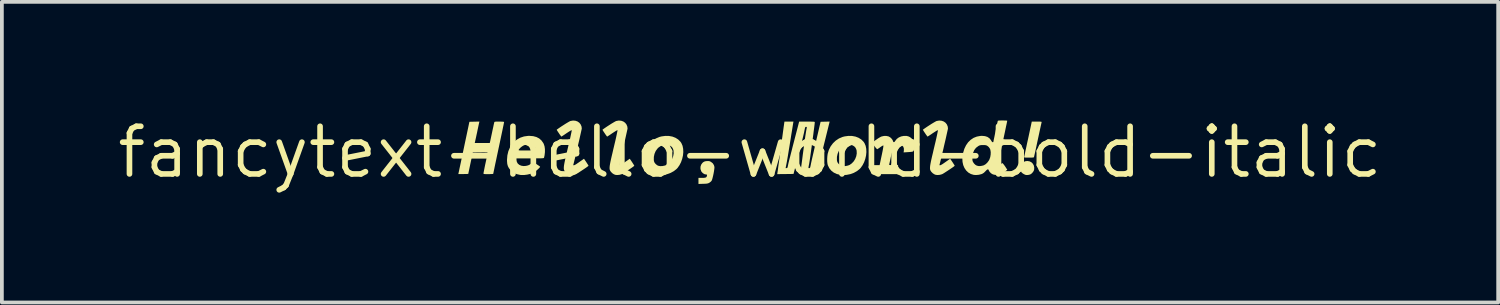
<source format=kicad_pcb>
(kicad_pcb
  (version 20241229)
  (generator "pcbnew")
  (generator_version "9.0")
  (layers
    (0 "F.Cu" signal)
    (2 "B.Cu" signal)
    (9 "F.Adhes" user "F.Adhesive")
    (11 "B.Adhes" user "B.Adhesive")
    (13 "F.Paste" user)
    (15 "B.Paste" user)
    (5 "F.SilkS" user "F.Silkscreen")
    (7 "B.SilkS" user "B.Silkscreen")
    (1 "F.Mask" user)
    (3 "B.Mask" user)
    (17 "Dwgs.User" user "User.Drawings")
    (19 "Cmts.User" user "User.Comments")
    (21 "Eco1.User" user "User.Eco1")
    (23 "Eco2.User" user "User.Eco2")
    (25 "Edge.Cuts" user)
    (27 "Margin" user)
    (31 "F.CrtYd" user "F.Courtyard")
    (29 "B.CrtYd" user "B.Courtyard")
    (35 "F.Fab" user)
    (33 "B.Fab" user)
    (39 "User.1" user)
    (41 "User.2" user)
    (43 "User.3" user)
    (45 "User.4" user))
  (footprint "fancytext-hello-world-bold-italic"
    (layer "F.Cu")
    (at 16.941 1.006)
    (property "Reference" "fancytext-hello-world-bold-italic" (at 0 0 0) (layer "F.SilkS") (effects (font (size 1.27 1.27) (thickness 0.15))))
    (attr board_only exclude_from_pos_files exclude_from_bom)
    (fp_poly (pts (xy 7.343 0.605) (xy 7.303 0.588) (xy 7.265 0.564) (xy 7.236 0.538) (xy 7.231 0.531) (xy 7.207 0.476) (xy 7.2 0.417) (xy 7.211 0.36) (xy 7.24 0.307) (xy 7.248 0.298) (xy 7.292 0.26) (xy 7.343 0.24) (xy 7.39 0.235) (xy 7.449 0.244) (xy 7.499 0.269) (xy 7.538 0.308) (xy 7.564 0.357) (xy 7.575 0.415) (xy 7.571 0.47) (xy 7.557 0.505) (xy 7.53 0.543) (xy 7.498 0.575) (xy 7.476 0.589) (xy 7.437 0.603) (xy 7.393 0.609) (xy 7.353 0.608) (xy 7.343 0.605)) (stroke (width 0) (type solid)) (fill yes) (layer "F.SilkS"))
    (fp_poly (pts (xy 7.307 0.122) (xy 7.31 0.108) (xy 7.317 0.077) (xy 7.327 0.03) (xy 7.34 -0.031) (xy 7.356 -0.103) (xy 7.373 -0.184) (xy 7.392 -0.273) (xy 7.411 -0.357) (xy 7.509 -0.815) (xy 7.643 -0.815) (xy 7.697 -0.815) (xy 7.734 -0.814) (xy 7.756 -0.812) (xy 7.768 -0.809) (xy 7.772 -0.803) (xy 7.771 -0.797) (xy 7.768 -0.784) (xy 7.761 -0.754) (xy 7.751 -0.708) (xy 7.738 -0.648) (xy 7.722 -0.577) (xy 7.705 -0.497) (xy 7.686 -0.409) (xy 7.67 -0.335) (xy 7.65 -0.243) (xy 7.632 -0.157) (xy 7.615 -0.078) (xy 7.6 -0.009) (xy 7.587 0.048) (xy 7.577 0.091) (xy 7.571 0.118) (xy 7.569 0.128) (xy 7.565 0.135) (xy 7.555 0.14) (xy 7.537 0.143) (xy 7.507 0.144) (xy 7.461 0.145) (xy 7.433 0.145) (xy 7.38 0.145) (xy 7.344 0.144) (xy 7.322 0.142) (xy 7.31 0.139) (xy 7.306 0.133) (xy 7.307 0.125) (xy 7.307 0.122)) (stroke (width 0) (type solid)) (fill yes) (layer "F.SilkS"))
    (fp_poly (pts (xy -1.375 0.766) (xy -1.375 0.685) (xy -1.282 0.685) (xy -1.23 0.684) (xy -1.194 0.679) (xy -1.171 0.67) (xy -1.157 0.654) (xy -1.149 0.63) (xy -1.149 0.627) (xy -1.146 0.605) (xy -1.152 0.597) (xy -1.171 0.595) (xy -1.214 0.586) (xy -1.256 0.561) (xy -1.29 0.526) (xy -1.302 0.505) (xy -1.321 0.448) (xy -1.321 0.39) (xy -1.304 0.335) (xy -1.271 0.288) (xy -1.25 0.269) (xy -1.222 0.252) (xy -1.191 0.242) (xy -1.15 0.237) (xy -1.149 0.237) (xy -1.11 0.236) (xy -1.082 0.24) (xy -1.056 0.251) (xy -1.041 0.259) (xy -0.993 0.297) (xy -0.962 0.347) (xy -0.95 0.391) (xy -0.949 0.417) (xy -0.954 0.457) (xy -0.961 0.508) (xy -0.971 0.564) (xy -0.983 0.621) (xy -0.996 0.675) (xy -1.008 0.72) (xy -1.02 0.752) (xy -1.024 0.76) (xy -1.043 0.783) (xy -1.072 0.806) (xy -1.086 0.815) (xy -1.107 0.826) (xy -1.129 0.833) (xy -1.155 0.838) (xy -1.192 0.841) (xy -1.243 0.843) (xy -1.252 0.843) (xy -1.375 0.847) (xy -1.375 0.766)) (stroke (width 0) (type solid)) (fill yes) (layer "F.SilkS"))
    (fp_poly (pts (xy -2.159 -0.432) (xy -2.068 -0.415) (xy -1.986 -0.383) (xy -1.915 -0.338) (xy -1.856 -0.279) (xy -1.829 -0.239) (xy -1.799 -0.17) (xy -1.783 -0.09) (xy -1.779 -0.002) (xy -1.788 0.089) (xy -1.809 0.18) (xy -1.84 0.268) (xy -1.882 0.349) (xy -1.933 0.421) (xy -1.958 0.447) (xy -2.029 0.504) (xy -2.114 0.551) (xy -2.207 0.585) (xy -2.306 0.605) (xy -2.405 0.611) (xy -2.475 0.605) (xy -2.567 0.582) (xy -2.648 0.544) (xy -2.715 0.492) (xy -2.768 0.427) (xy -2.806 0.35) (xy -2.809 0.342) (xy -2.818 0.298) (xy -2.824 0.241) (xy -2.824 0.206) (xy -2.565 0.206) (xy -2.561 0.239) (xy -2.546 0.277) (xy -2.517 0.314) (xy -2.48 0.345) (xy -2.45 0.361) (xy -2.397 0.372) (xy -2.335 0.37) (xy -2.273 0.357) (xy -2.23 0.341) (xy -2.17 0.3) (xy -2.118 0.246) (xy -2.077 0.18) (xy -2.049 0.108) (xy -2.036 0.034) (xy -2.039 -0.039) (xy -2.045 -0.065) (xy -2.068 -0.117) (xy -2.104 -0.156) (xy -2.151 -0.183) (xy -2.205 -0.197) (xy -2.263 -0.199) (xy -2.324 -0.187) (xy -2.383 -0.162) (xy -2.439 -0.124) (xy -2.469 -0.094) (xy -2.515 -0.03) (xy -2.547 0.045) (xy -2.564 0.125) (xy -2.565 0.206) (xy -2.824 0.206) (xy -2.824 0.176) (xy -2.82 0.111) (xy -2.812 0.05) (xy -2.81 0.041) (xy -2.779 -0.062) (xy -2.731 -0.156) (xy -2.669 -0.239) (xy -2.594 -0.31) (xy -2.509 -0.366) (xy -2.414 -0.406) (xy -2.36 -0.42) (xy -2.257 -0.434)) (stroke (width 0) (type solid)) (fill yes) (layer "F.SilkS"))
    (fp_poly (pts (xy 2.721 -0.432) (xy 2.812 -0.415) (xy 2.894 -0.383) (xy 2.965 -0.338) (xy 3.024 -0.279) (xy 3.051 -0.239) (xy 3.081 -0.17) (xy 3.097 -0.09) (xy 3.101 -0.002) (xy 3.092 0.089) (xy 3.071 0.18) (xy 3.04 0.268) (xy 2.998 0.349) (xy 2.947 0.421) (xy 2.922 0.447) (xy 2.851 0.504) (xy 2.766 0.551) (xy 2.673 0.585) (xy 2.574 0.605) (xy 2.475 0.611) (xy 2.405 0.605) (xy 2.313 0.582) (xy 2.232 0.544) (xy 2.165 0.492) (xy 2.112 0.427) (xy 2.074 0.35) (xy 2.071 0.342) (xy 2.062 0.298) (xy 2.056 0.241) (xy 2.056 0.206) (xy 2.315 0.206) (xy 2.319 0.239) (xy 2.334 0.277) (xy 2.363 0.314) (xy 2.4 0.345) (xy 2.43 0.361) (xy 2.483 0.372) (xy 2.545 0.37) (xy 2.607 0.357) (xy 2.65 0.341) (xy 2.71 0.3) (xy 2.762 0.246) (xy 2.803 0.18) (xy 2.831 0.108) (xy 2.844 0.034) (xy 2.841 -0.039) (xy 2.835 -0.065) (xy 2.812 -0.117) (xy 2.776 -0.156) (xy 2.729 -0.183) (xy 2.675 -0.197) (xy 2.617 -0.199) (xy 2.556 -0.187) (xy 2.497 -0.162) (xy 2.441 -0.124) (xy 2.411 -0.094) (xy 2.365 -0.03) (xy 2.333 0.045) (xy 2.316 0.125) (xy 2.315 0.206) (xy 2.056 0.206) (xy 2.056 0.176) (xy 2.06 0.111) (xy 2.068 0.05) (xy 2.07 0.041) (xy 2.101 -0.062) (xy 2.149 -0.156) (xy 2.211 -0.239) (xy 2.286 -0.31) (xy 2.371 -0.366) (xy 2.466 -0.406) (xy 2.52 -0.42) (xy 2.623 -0.434)) (stroke (width 0) (type solid)) (fill yes) (layer "F.SilkS"))
    (fp_poly (pts (xy 3.265 0.465) (xy 3.265 0.345) (xy 3.359 0.345) (xy 3.454 0.345) (xy 3.465 0.292) (xy 3.47 0.267) (xy 3.479 0.225) (xy 3.49 0.172) (xy 3.503 0.111) (xy 3.517 0.046) (xy 3.519 0.035) (xy 3.532 -0.027) (xy 3.542 -0.082) (xy 3.55 -0.127) (xy 3.554 -0.16) (xy 3.555 -0.177) (xy 3.554 -0.179) (xy 3.543 -0.177) (xy 3.52 -0.166) (xy 3.49 -0.146) (xy 3.475 -0.136) (xy 3.442 -0.112) (xy 3.413 -0.093) (xy 3.395 -0.081) (xy 3.392 -0.079) (xy 3.381 -0.085) (xy 3.362 -0.104) (xy 3.337 -0.133) (xy 3.315 -0.161) (xy 3.251 -0.248) (xy 3.281 -0.271) (xy 3.336 -0.314) (xy 3.391 -0.353) (xy 3.441 -0.385) (xy 3.484 -0.409) (xy 3.508 -0.419) (xy 3.568 -0.432) (xy 3.63 -0.433) (xy 3.685 -0.422) (xy 3.7 -0.416) (xy 3.74 -0.392) (xy 3.775 -0.358) (xy 3.801 -0.32) (xy 3.81 -0.296) (xy 3.82 -0.272) (xy 3.836 -0.266) (xy 3.855 -0.279) (xy 3.873 -0.305) (xy 3.911 -0.353) (xy 3.964 -0.392) (xy 4.026 -0.419) (xy 4.094 -0.433) (xy 4.164 -0.434) (xy 4.216 -0.423) (xy 4.263 -0.401) (xy 4.308 -0.365) (xy 4.343 -0.321) (xy 4.354 -0.302) (xy 4.372 -0.246) (xy 4.38 -0.18) (xy 4.378 -0.111) (xy 4.373 -0.081) (xy 4.367 -0.055) (xy 4.36 -0.036) (xy 4.349 -0.023) (xy 4.33 -0.014) (xy 4.301 -0.009) (xy 4.258 -0.005) (xy 4.201 -0.001) (xy 4.093 0.006) (xy 4.1 -0.043) (xy 4.1 -0.099) (xy 4.085 -0.144) (xy 4.055 -0.176) (xy 4.011 -0.194) (xy 3.971 -0.198) (xy 3.928 -0.194) (xy 3.892 -0.182) (xy 3.861 -0.16) (xy 3.834 -0.126) (xy 3.81 -0.078) (xy 3.788 -0.015) (xy 3.766 0.065) (xy 3.75 0.14) (xy 3.738 0.197) (xy 3.727 0.248) (xy 3.718 0.289) (xy 3.711 0.317) (xy 3.709 0.328) (xy 3.708 0.335) (xy 3.714 0.34) (xy 3.728 0.343) (xy 3.755 0.344) (xy 3.798 0.345) (xy 3.824 0.345) (xy 3.945 0.345) (xy 3.945 0.465) (xy 3.945 0.585) (xy 3.605 0.585) (xy 3.265 0.585) (xy 3.265 0.465)) (stroke (width 0) (type solid)) (fill yes) (layer "F.SilkS"))
    (fp_poly (pts (xy -5.78 -0.427) (xy -5.694 -0.404) (xy -5.62 -0.366) (xy -5.559 -0.312) (xy -5.51 -0.243) (xy -5.497 -0.216) (xy -5.477 -0.155) (xy -5.467 -0.082) (xy -5.467 -0.002) (xy -5.476 0.08) (xy -5.491 0.147) (xy -5.494 0.152) (xy -5.5 0.156) (xy -5.511 0.159) (xy -5.529 0.161) (xy -5.556 0.163) (xy -5.594 0.164) (xy -5.645 0.164) (xy -5.711 0.165) (xy -5.794 0.165) (xy -5.861 0.165) (xy -6.225 0.165) (xy -6.225 0.205) (xy -6.216 0.258) (xy -6.191 0.303) (xy -6.151 0.337) (xy -6.1 0.36) (xy -6.039 0.37) (xy -5.975 0.366) (xy -5.916 0.352) (xy -5.87 0.33) (xy -5.828 0.297) (xy -5.822 0.292) (xy -5.789 0.259) (xy -5.692 0.319) (xy -5.654 0.344) (xy -5.623 0.365) (xy -5.602 0.381) (xy -5.595 0.388) (xy -5.602 0.402) (xy -5.622 0.425) (xy -5.65 0.452) (xy -5.684 0.482) (xy -5.718 0.51) (xy -5.75 0.533) (xy -5.775 0.548) (xy -5.852 0.578) (xy -5.938 0.598) (xy -6.025 0.609) (xy -6.107 0.608) (xy -6.131 0.605) (xy -6.218 0.585) (xy -6.292 0.553) (xy -6.356 0.507) (xy -6.389 0.474) (xy -6.428 0.423) (xy -6.455 0.371) (xy -6.471 0.312) (xy -6.477 0.242) (xy -6.478 0.205) (xy -6.468 0.084) (xy -6.442 -0.026) (xy -6.428 -0.059) (xy -6.168 -0.059) (xy -6.167 -0.054) (xy -6.161 -0.05) (xy -6.147 -0.048) (xy -6.122 -0.046) (xy -6.085 -0.045) (xy -6.033 -0.045) (xy -5.965 -0.045) (xy -5.94 -0.045) (xy -5.866 -0.045) (xy -5.809 -0.045) (xy -5.767 -0.046) (xy -5.738 -0.048) (xy -5.72 -0.05) (xy -5.71 -0.054) (xy -5.706 -0.058) (xy -5.705 -0.062) (xy -5.709 -0.082) (xy -5.719 -0.11) (xy -5.725 -0.123) (xy -5.749 -0.16) (xy -5.785 -0.185) (xy -5.834 -0.199) (xy -5.899 -0.205) (xy -5.905 -0.205) (xy -5.955 -0.203) (xy -5.993 -0.195) (xy -6.03 -0.181) (xy -6.031 -0.181) (xy -6.074 -0.156) (xy -6.116 -0.123) (xy -6.149 -0.088) (xy -6.165 -0.065) (xy -6.168 -0.059) (xy -6.428 -0.059) (xy -6.399 -0.126) (xy -6.339 -0.217) (xy -6.29 -0.27) (xy -6.21 -0.338) (xy -6.122 -0.387) (xy -6.025 -0.419) (xy -5.919 -0.434) (xy -5.88 -0.435)) (stroke (width 0) (type solid)) (fill yes) (layer "F.SilkS"))
    (fp_poly (pts (xy -4.811 0.604) (xy -4.851 0.588) (xy -4.892 0.56) (xy -4.927 0.525) (xy -4.95 0.49) (xy -4.951 0.488) (xy -4.958 0.471) (xy -4.962 0.451) (xy -4.964 0.428) (xy -4.963 0.4) (xy -4.96 0.365) (xy -4.953 0.321) (xy -4.943 0.267) (xy -4.929 0.201) (xy -4.911 0.121) (xy -4.888 0.025) (xy -4.862 -0.088) (xy -4.855 -0.117) (xy -4.833 -0.21) (xy -4.812 -0.297) (xy -4.794 -0.376) (xy -4.779 -0.446) (xy -4.767 -0.503) (xy -4.758 -0.547) (xy -4.753 -0.576) (xy -4.752 -0.586) (xy -4.763 -0.584) (xy -4.787 -0.572) (xy -4.821 -0.551) (xy -4.863 -0.524) (xy -4.892 -0.505) (xy -4.937 -0.474) (xy -4.976 -0.448) (xy -5.006 -0.429) (xy -5.025 -0.417) (xy -5.029 -0.415) (xy -5.036 -0.423) (xy -5.051 -0.443) (xy -5.072 -0.471) (xy -5.094 -0.504) (xy -5.117 -0.538) (xy -5.136 -0.567) (xy -5.149 -0.589) (xy -5.153 -0.599) (xy -5.153 -0.599) (xy -5.119 -0.624) (xy -5.076 -0.654) (xy -5.027 -0.687) (xy -4.974 -0.721) (xy -4.923 -0.754) (xy -4.875 -0.783) (xy -4.834 -0.807) (xy -4.803 -0.824) (xy -4.787 -0.831) (xy -4.719 -0.843) (xy -4.655 -0.838) (xy -4.598 -0.818) (xy -4.55 -0.784) (xy -4.514 -0.739) (xy -4.491 -0.683) (xy -4.485 -0.631) (xy -4.487 -0.617) (xy -4.494 -0.586) (xy -4.504 -0.541) (xy -4.517 -0.483) (xy -4.532 -0.415) (xy -4.549 -0.339) (xy -4.568 -0.258) (xy -4.588 -0.174) (xy -4.607 -0.089) (xy -4.627 -0.006) (xy -4.646 0.074) (xy -4.663 0.147) (xy -4.679 0.211) (xy -4.692 0.264) (xy -4.702 0.304) (xy -4.709 0.328) (xy -4.71 0.333) (xy -4.71 0.347) (xy -4.696 0.35) (xy -4.671 0.341) (xy -4.636 0.321) (xy -4.621 0.311) (xy -4.577 0.281) (xy -4.529 0.247) (xy -4.49 0.22) (xy -4.426 0.175) (xy -4.365 0.264) (xy -4.341 0.302) (xy -4.321 0.333) (xy -4.309 0.354) (xy -4.305 0.362) (xy -4.314 0.37) (xy -4.335 0.387) (xy -4.368 0.411) (xy -4.409 0.439) (xy -4.454 0.469) (xy -4.501 0.5) (xy -4.546 0.529) (xy -4.586 0.555) (xy -4.619 0.575) (xy -4.642 0.587) (xy -4.645 0.588) (xy -4.703 0.604) (xy -4.764 0.609) (xy -4.811 0.604)) (stroke (width 0) (type solid)) (fill yes) (layer "F.SilkS"))
    (fp_poly (pts (xy -3.591 0.604) (xy -3.631 0.588) (xy -3.672 0.56) (xy -3.707 0.525) (xy -3.73 0.49) (xy -3.731 0.488) (xy -3.738 0.471) (xy -3.742 0.451) (xy -3.744 0.428) (xy -3.743 0.4) (xy -3.74 0.365) (xy -3.733 0.321) (xy -3.723 0.267) (xy -3.709 0.201) (xy -3.691 0.121) (xy -3.668 0.025) (xy -3.642 -0.088) (xy -3.635 -0.117) (xy -3.613 -0.21) (xy -3.592 -0.297) (xy -3.574 -0.376) (xy -3.559 -0.446) (xy -3.547 -0.503) (xy -3.538 -0.547) (xy -3.533 -0.576) (xy -3.532 -0.586) (xy -3.543 -0.584) (xy -3.567 -0.572) (xy -3.601 -0.551) (xy -3.643 -0.524) (xy -3.672 -0.505) (xy -3.717 -0.474) (xy -3.756 -0.448) (xy -3.786 -0.429) (xy -3.805 -0.417) (xy -3.809 -0.415) (xy -3.816 -0.423) (xy -3.831 -0.443) (xy -3.852 -0.471) (xy -3.874 -0.504) (xy -3.897 -0.538) (xy -3.916 -0.567) (xy -3.929 -0.589) (xy -3.933 -0.599) (xy -3.933 -0.599) (xy -3.899 -0.624) (xy -3.856 -0.654) (xy -3.807 -0.687) (xy -3.754 -0.721) (xy -3.703 -0.754) (xy -3.655 -0.783) (xy -3.614 -0.807) (xy -3.583 -0.824) (xy -3.567 -0.831) (xy -3.499 -0.843) (xy -3.435 -0.838) (xy -3.378 -0.818) (xy -3.33 -0.784) (xy -3.294 -0.739) (xy -3.271 -0.683) (xy -3.265 -0.631) (xy -3.267 -0.617) (xy -3.274 -0.586) (xy -3.284 -0.541) (xy -3.297 -0.483) (xy -3.312 -0.415) (xy -3.329 -0.339) (xy -3.348 -0.258) (xy -3.368 -0.174) (xy -3.387 -0.089) (xy -3.407 -0.006) (xy -3.426 0.074) (xy -3.443 0.147) (xy -3.459 0.211) (xy -3.472 0.264) (xy -3.482 0.304) (xy -3.489 0.328) (xy -3.49 0.333) (xy -3.49 0.347) (xy -3.476 0.35) (xy -3.451 0.341) (xy -3.416 0.321) (xy -3.401 0.311) (xy -3.357 0.281) (xy -3.309 0.247) (xy -3.27 0.22) (xy -3.206 0.175) (xy -3.145 0.264) (xy -3.121 0.302) (xy -3.101 0.333) (xy -3.089 0.354) (xy -3.085 0.362) (xy -3.094 0.37) (xy -3.115 0.387) (xy -3.148 0.411) (xy -3.189 0.439) (xy -3.234 0.469) (xy -3.281 0.5) (xy -3.326 0.529) (xy -3.366 0.555) (xy -3.399 0.575) (xy -3.422 0.587) (xy -3.425 0.588) (xy -3.483 0.604) (xy -3.544 0.609) (xy -3.591 0.604)) (stroke (width 0) (type solid)) (fill yes) (layer "F.SilkS"))
    (fp_poly (pts (xy 4.949 0.604) (xy 4.909 0.588) (xy 4.868 0.56) (xy 4.833 0.525) (xy 4.81 0.49) (xy 4.809 0.488) (xy 4.802 0.471) (xy 4.798 0.451) (xy 4.796 0.428) (xy 4.797 0.4) (xy 4.8 0.365) (xy 4.807 0.321) (xy 4.817 0.267) (xy 4.831 0.201) (xy 4.849 0.121) (xy 4.872 0.025) (xy 4.898 -0.088) (xy 4.905 -0.117) (xy 4.927 -0.21) (xy 4.948 -0.297) (xy 4.966 -0.376) (xy 4.981 -0.446) (xy 4.993 -0.503) (xy 5.002 -0.547) (xy 5.007 -0.576) (xy 5.008 -0.586) (xy 4.997 -0.584) (xy 4.973 -0.572) (xy 4.939 -0.551) (xy 4.897 -0.524) (xy 4.868 -0.505) (xy 4.823 -0.474) (xy 4.784 -0.448) (xy 4.754 -0.429) (xy 4.735 -0.417) (xy 4.731 -0.415) (xy 4.724 -0.423) (xy 4.709 -0.443) (xy 4.688 -0.471) (xy 4.666 -0.504) (xy 4.643 -0.538) (xy 4.624 -0.567) (xy 4.611 -0.589) (xy 4.607 -0.599) (xy 4.607 -0.599) (xy 4.641 -0.624) (xy 4.684 -0.654) (xy 4.733 -0.687) (xy 4.786 -0.721) (xy 4.837 -0.754) (xy 4.885 -0.783) (xy 4.926 -0.807) (xy 4.957 -0.824) (xy 4.973 -0.831) (xy 5.041 -0.843) (xy 5.105 -0.838) (xy 5.162 -0.818) (xy 5.21 -0.784) (xy 5.246 -0.739) (xy 5.269 -0.683) (xy 5.275 -0.631) (xy 5.273 -0.617) (xy 5.266 -0.586) (xy 5.256 -0.541) (xy 5.243 -0.483) (xy 5.228 -0.415) (xy 5.211 -0.339) (xy 5.192 -0.258) (xy 5.172 -0.174) (xy 5.153 -0.089) (xy 5.133 -0.006) (xy 5.114 0.074) (xy 5.097 0.147) (xy 5.081 0.211) (xy 5.068 0.264) (xy 5.058 0.304) (xy 5.051 0.328) (xy 5.05 0.333) (xy 5.05 0.347) (xy 5.064 0.35) (xy 5.089 0.341) (xy 5.124 0.321) (xy 5.139 0.311) (xy 5.183 0.281) (xy 5.231 0.247) (xy 5.27 0.22) (xy 5.334 0.175) (xy 5.395 0.264) (xy 5.419 0.302) (xy 5.439 0.333) (xy 5.451 0.354) (xy 5.455 0.362) (xy 5.446 0.37) (xy 5.425 0.387) (xy 5.392 0.411) (xy 5.351 0.439) (xy 5.306 0.469) (xy 5.259 0.5) (xy 5.214 0.529) (xy 5.174 0.555) (xy 5.141 0.575) (xy 5.118 0.587) (xy 5.115 0.588) (xy 5.057 0.604) (xy 4.996 0.609) (xy 4.949 0.604)) (stroke (width 0) (type solid)) (fill yes) (layer "F.SilkS"))
    (fp_poly (pts (xy -7.775 0.583) (xy -7.773 0.573) (xy -7.767 0.545) (xy -7.757 0.5) (xy -7.745 0.441) (xy -7.729 0.368) (xy -7.711 0.284) (xy -7.691 0.189) (xy -7.67 0.086) (xy -7.646 -0.024) (xy -7.627 -0.115) (xy -7.48 -0.81) (xy -7.346 -0.813) (xy -7.213 -0.816) (xy -7.219 -0.791) (xy -7.223 -0.775) (xy -7.23 -0.742) (xy -7.24 -0.696) (xy -7.252 -0.639) (xy -7.266 -0.574) (xy -7.275 -0.528) (xy -7.29 -0.461) (xy -7.303 -0.399) (xy -7.315 -0.345) (xy -7.324 -0.304) (xy -7.33 -0.276) (xy -7.332 -0.268) (xy -7.337 -0.245) (xy -7.137 -0.245) (xy -6.937 -0.245) (xy -6.926 -0.292) (xy -6.921 -0.316) (xy -6.912 -0.356) (xy -6.901 -0.408) (xy -6.888 -0.469) (xy -6.874 -0.534) (xy -6.87 -0.555) (xy -6.856 -0.619) (xy -6.843 -0.678) (xy -6.833 -0.728) (xy -6.824 -0.766) (xy -6.819 -0.788) (xy -6.818 -0.792) (xy -6.815 -0.802) (xy -6.809 -0.808) (xy -6.796 -0.812) (xy -6.774 -0.814) (xy -6.739 -0.815) (xy -6.686 -0.815) (xy -6.684 -0.815) (xy -6.625 -0.814) (xy -6.583 -0.812) (xy -6.56 -0.808) (xy -6.555 -0.804) (xy -6.557 -0.793) (xy -6.563 -0.764) (xy -6.572 -0.718) (xy -6.585 -0.658) (xy -6.6 -0.584) (xy -6.618 -0.499) (xy -6.638 -0.404) (xy -6.66 -0.301) (xy -6.683 -0.191) (xy -6.7 -0.113) (xy -6.724 0.001) (xy -6.747 0.109) (xy -6.768 0.21) (xy -6.788 0.302) (xy -6.805 0.383) (xy -6.819 0.452) (xy -6.831 0.508) (xy -6.839 0.548) (xy -6.844 0.571) (xy -6.845 0.577) (xy -6.854 0.58) (xy -6.88 0.582) (xy -6.918 0.584) (xy -6.965 0.585) (xy -6.975 0.585) (xy -7.028 0.585) (xy -7.065 0.584) (xy -7.087 0.582) (xy -7.099 0.578) (xy -7.104 0.572) (xy -7.105 0.567) (xy -7.103 0.552) (xy -7.097 0.521) (xy -7.088 0.476) (xy -7.077 0.419) (xy -7.064 0.355) (xy -7.05 0.29) (xy -7.035 0.221) (xy -7.022 0.157) (xy -7.011 0.103) (xy -7.002 0.059) (xy -6.997 0.03) (xy -6.995 0.019) (xy -6.998 0.014) (xy -7.008 0.01) (xy -7.028 0.008) (xy -7.06 0.007) (xy -7.107 0.006) (xy -7.17 0.007) (xy -7.192 0.007) (xy -7.39 0.01) (xy -7.451 0.295) (xy -7.511 0.58) (xy -7.643 0.583) (xy -7.692 0.584) (xy -7.732 0.584) (xy -7.761 0.584) (xy -7.774 0.583) (xy -7.775 0.583)) (stroke (width 0) (type solid)) (fill yes) (layer "F.SilkS"))
    (fp_poly (pts (xy 6.778 -0.844) (xy 6.817 -0.843) (xy 6.844 -0.841) (xy 6.855 -0.838) (xy 6.855 -0.838) (xy 6.853 -0.827) (xy 6.847 -0.798) (xy 6.838 -0.753) (xy 6.825 -0.694) (xy 6.81 -0.622) (xy 6.793 -0.539) (xy 6.773 -0.447) (xy 6.752 -0.348) (xy 6.73 -0.245) (xy 6.701 -0.11) (xy 6.677 0.009) (xy 6.656 0.11) (xy 6.639 0.194) (xy 6.627 0.261) (xy 6.619 0.309) (xy 6.615 0.339) (xy 6.615 0.349) (xy 6.629 0.35) (xy 6.656 0.336) (xy 6.667 0.329) (xy 6.694 0.31) (xy 6.715 0.296) (xy 6.722 0.291) (xy 6.733 0.296) (xy 6.753 0.318) (xy 6.781 0.355) (xy 6.795 0.374) (xy 6.819 0.411) (xy 6.839 0.442) (xy 6.852 0.462) (xy 6.855 0.468) (xy 6.847 0.477) (xy 6.826 0.492) (xy 6.797 0.513) (xy 6.762 0.536) (xy 6.728 0.558) (xy 6.696 0.577) (xy 6.673 0.589) (xy 6.669 0.591) (xy 6.618 0.604) (xy 6.559 0.607) (xy 6.502 0.6) (xy 6.464 0.588) (xy 6.421 0.561) (xy 6.385 0.523) (xy 6.362 0.482) (xy 6.36 0.477) (xy 6.35 0.459) (xy 6.332 0.458) (xy 6.307 0.474) (xy 6.275 0.507) (xy 6.273 0.509) (xy 6.234 0.548) (xy 6.195 0.573) (xy 6.173 0.583) (xy 6.1 0.602) (xy 6.024 0.609) (xy 5.962 0.605) (xy 5.886 0.582) (xy 5.818 0.543) (xy 5.761 0.489) (xy 5.715 0.422) (xy 5.682 0.345) (xy 5.663 0.259) (xy 5.659 0.177) (xy 5.926 0.177) (xy 5.927 0.21) (xy 5.932 0.235) (xy 5.941 0.258) (xy 5.943 0.262) (xy 5.971 0.303) (xy 6.006 0.337) (xy 6.043 0.358) (xy 6.053 0.361) (xy 6.077 0.366) (xy 6.09 0.37) (xy 6.11 0.371) (xy 6.142 0.369) (xy 6.179 0.363) (xy 6.213 0.355) (xy 6.233 0.348) (xy 6.28 0.32) (xy 6.325 0.277) (xy 6.364 0.224) (xy 6.381 0.192) (xy 6.402 0.131) (xy 6.413 0.064) (xy 6.415 -0.001) (xy 6.406 -0.059) (xy 6.395 -0.09) (xy 6.364 -0.135) (xy 6.332 -0.163) (xy 6.309 -0.177) (xy 6.286 -0.185) (xy 6.257 -0.189) (xy 6.216 -0.19) (xy 6.211 -0.19) (xy 6.167 -0.189) (xy 6.136 -0.185) (xy 6.11 -0.177) (xy 6.084 -0.163) (xy 6.022 -0.116) (xy 5.976 -0.056) (xy 5.945 0.016) (xy 5.929 0.102) (xy 5.927 0.131) (xy 5.926 0.177) (xy 5.659 0.177) (xy 5.659 0.165) (xy 5.661 0.135) (xy 5.679 0.018) (xy 5.711 -0.088) (xy 5.756 -0.182) (xy 5.812 -0.263) (xy 5.88 -0.329) (xy 5.957 -0.381) (xy 6.043 -0.415) (xy 6.137 -0.433) (xy 6.181 -0.435) (xy 6.261 -0.428) (xy 6.327 -0.407) (xy 6.38 -0.371) (xy 6.421 -0.32) (xy 6.426 -0.311) (xy 6.444 -0.282) (xy 6.462 -0.266) (xy 6.467 -0.265) (xy 6.482 -0.269) (xy 6.485 -0.273) (xy 6.487 -0.285) (xy 6.492 -0.313) (xy 6.501 -0.355) (xy 6.512 -0.407) (xy 6.524 -0.466) (xy 6.537 -0.529) (xy 6.55 -0.593) (xy 6.564 -0.655) (xy 6.576 -0.712) (xy 6.586 -0.761) (xy 6.595 -0.799) (xy 6.6 -0.822) (xy 6.601 -0.828) (xy 6.605 -0.835) (xy 6.615 -0.84) (xy 6.634 -0.843) (xy 6.665 -0.844) (xy 6.711 -0.845) (xy 6.731 -0.845)) (stroke (width 0) (type solid)) (fill yes) (layer "F.SilkS"))
    (fp_poly (pts (xy 0.73 0.553) (xy 0.732 0.537) (xy 0.737 0.504) (xy 0.744 0.454) (xy 0.752 0.39) (xy 0.763 0.313) (xy 0.775 0.225) (xy 0.788 0.128) (xy 0.802 0.024) (xy 0.817 -0.086) (xy 0.82 -0.11) (xy 0.835 -0.221) (xy 0.849 -0.327) (xy 0.863 -0.426) (xy 0.875 -0.517) (xy 0.886 -0.596) (xy 0.895 -0.664) (xy 0.903 -0.718) (xy 0.908 -0.756) (xy 0.911 -0.776) (xy 0.911 -0.777) (xy 0.917 -0.815) (xy 1.037 -0.815) (xy 1.157 -0.815) (xy 1.151 -0.782) (xy 1.148 -0.766) (xy 1.143 -0.732) (xy 1.135 -0.683) (xy 1.125 -0.62) (xy 1.113 -0.546) (xy 1.099 -0.462) (xy 1.085 -0.371) (xy 1.07 -0.28) (xy 1.054 -0.18) (xy 1.038 -0.083) (xy 1.023 0.01) (xy 1.009 0.095) (xy 0.996 0.171) (xy 0.985 0.234) (xy 0.976 0.282) (xy 0.971 0.308) (xy 0.948 0.425) (xy 0.971 0.425) (xy 0.992 0.418) (xy 1 0.403) (xy 1.005 0.382) (xy 1.012 0.348) (xy 1.02 0.31) (xy 1.025 0.287) (xy 1.035 0.247) (xy 1.049 0.191) (xy 1.067 0.123) (xy 1.087 0.043) (xy 1.11 -0.045) (xy 1.134 -0.141) (xy 1.16 -0.241) (xy 1.172 -0.287) (xy 1.309 -0.815) (xy 1.517 -0.815) (xy 1.587 -0.815) (xy 1.639 -0.814) (xy 1.676 -0.813) (xy 1.701 -0.812) (xy 1.715 -0.809) (xy 1.723 -0.805) (xy 1.725 -0.799) (xy 1.725 -0.797) (xy 1.724 -0.779) (xy 1.72 -0.743) (xy 1.714 -0.693) (xy 1.706 -0.629) (xy 1.696 -0.555) (xy 1.686 -0.472) (xy 1.674 -0.384) (xy 1.662 -0.292) (xy 1.649 -0.199) (xy 1.636 -0.107) (xy 1.624 -0.018) (xy 1.612 0.065) (xy 1.602 0.141) (xy 1.592 0.205) (xy 1.584 0.258) (xy 1.578 0.295) (xy 1.575 0.313) (xy 1.565 0.361) (xy 1.559 0.393) (xy 1.557 0.412) (xy 1.559 0.421) (xy 1.566 0.425) (xy 1.578 0.425) (xy 1.578 0.425) (xy 1.589 0.423) (xy 1.597 0.416) (xy 1.604 0.4) (xy 1.611 0.371) (xy 1.619 0.333) (xy 1.624 0.305) (xy 1.634 0.26) (xy 1.647 0.2) (xy 1.664 0.127) (xy 1.683 0.044) (xy 1.704 -0.048) (xy 1.726 -0.146) (xy 1.75 -0.247) (xy 1.758 -0.285) (xy 1.88 -0.81) (xy 2.001 -0.813) (xy 2.122 -0.816) (xy 1.949 -0.118) (xy 1.92 -0.003) (xy 1.893 0.105) (xy 1.868 0.207) (xy 1.845 0.299) (xy 1.825 0.382) (xy 1.808 0.452) (xy 1.794 0.509) (xy 1.783 0.55) (xy 1.777 0.575) (xy 1.775 0.583) (xy 1.766 0.583) (xy 1.739 0.584) (xy 1.698 0.584) (xy 1.645 0.585) (xy 1.584 0.585) (xy 1.555 0.585) (xy 1.335 0.585) (xy 1.34 0.562) (xy 1.342 0.548) (xy 1.347 0.516) (xy 1.353 0.468) (xy 1.361 0.407) (xy 1.371 0.334) (xy 1.382 0.252) (xy 1.394 0.162) (xy 1.405 0.075) (xy 1.425 -0.073) (xy 1.442 -0.203) (xy 1.458 -0.315) (xy 1.471 -0.412) (xy 1.484 -0.494) (xy 1.495 -0.562) (xy 1.505 -0.618) (xy 1.511 -0.647) (xy 1.513 -0.667) (xy 1.504 -0.674) (xy 1.493 -0.675) (xy 1.482 -0.674) (xy 1.474 -0.668) (xy 1.468 -0.655) (xy 1.461 -0.631) (xy 1.453 -0.592) (xy 1.446 -0.557) (xy 1.44 -0.525) (xy 1.428 -0.475) (xy 1.413 -0.41) (xy 1.394 -0.334) (xy 1.373 -0.247) (xy 1.349 -0.153) (xy 1.324 -0.054) (xy 1.297 0.047) (xy 1.291 0.07) (xy 1.159 0.58) (xy 0.941 0.583) (xy 0.724 0.585) (xy 0.73 0.553)) (stroke (width 0) (type solid)) (fill yes) (layer "F.SilkS")))
  (gr_rect
    (start -3 -3)
    (end 36.881 5.012)
    (stroke (width 0.1) (type default))
    (fill no)
    (layer "Edge.Cuts")))
</source>
